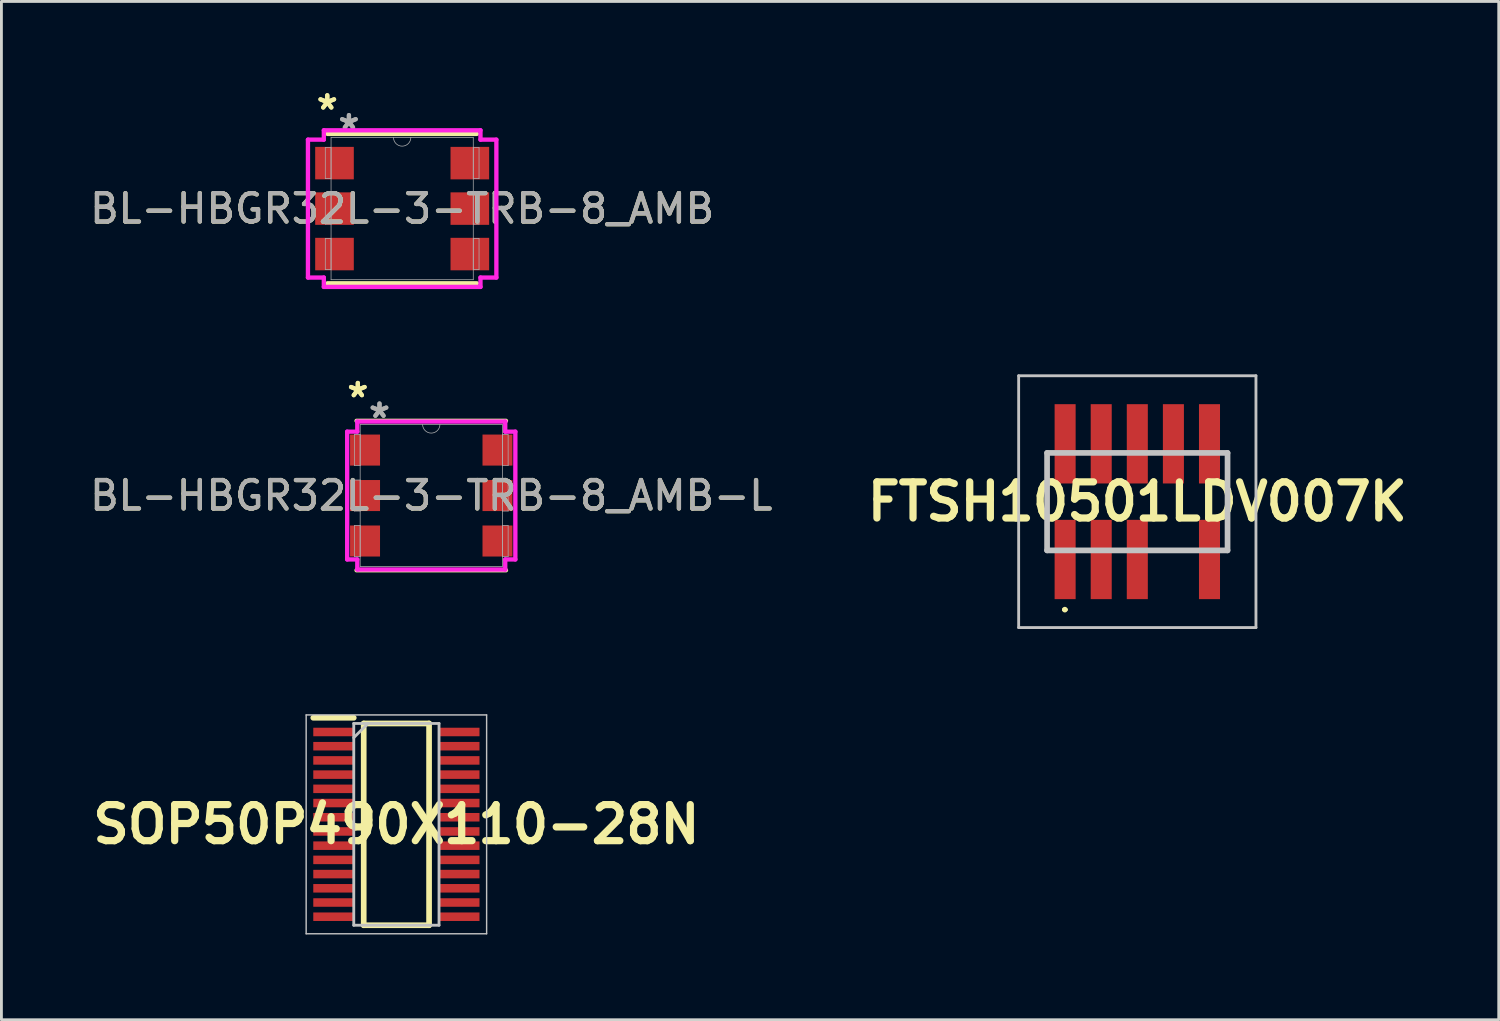
<source format=kicad_pcb>
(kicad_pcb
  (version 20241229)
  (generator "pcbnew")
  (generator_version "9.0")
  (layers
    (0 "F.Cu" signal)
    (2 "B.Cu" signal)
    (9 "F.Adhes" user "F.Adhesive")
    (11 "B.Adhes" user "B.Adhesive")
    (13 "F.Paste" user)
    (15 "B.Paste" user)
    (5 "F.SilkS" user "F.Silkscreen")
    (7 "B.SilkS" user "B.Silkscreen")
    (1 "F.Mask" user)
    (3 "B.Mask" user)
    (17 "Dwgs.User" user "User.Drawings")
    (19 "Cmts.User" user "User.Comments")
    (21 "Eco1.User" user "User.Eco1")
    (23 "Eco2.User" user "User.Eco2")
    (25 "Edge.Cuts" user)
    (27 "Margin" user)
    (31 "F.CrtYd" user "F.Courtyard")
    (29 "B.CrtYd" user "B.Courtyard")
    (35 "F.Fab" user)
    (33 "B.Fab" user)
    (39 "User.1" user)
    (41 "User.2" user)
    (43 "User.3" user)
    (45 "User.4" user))
  (footprint "BL-HBGR32L-3-TRB-8_AMB"
    (layer "F.Cu")
    (at 11.101 4.29)
    (property "Reference" "BL-HBGR32L-3-TRB-8_AMB" (at 0 0 0) (unlocked yes) (layer "F.SilkS") (effects (font (size 1 1) (thickness 0.15))))
    (attr smd)
    (fp_line (start -2.629 2.629) (end 2.629 2.629) (stroke (width 0.152) (type solid)) (layer "F.SilkS"))
    (fp_line (start 2.629 -2.629) (end -2.629 -2.629) (stroke (width 0.152) (type solid)) (layer "F.SilkS"))
    (fp_line (start -3.315 -2.426) (end -2.756 -2.426) (stroke (width 0.152) (type solid)) (layer "F.CrtYd"))
    (fp_line (start -3.315 2.426) (end -3.315 -2.426) (stroke (width 0.152) (type solid)) (layer "F.CrtYd"))
    (fp_line (start -3.315 2.426) (end -2.756 2.426) (stroke (width 0.152) (type solid)) (layer "F.CrtYd"))
    (fp_line (start -2.756 -2.756) (end 2.756 -2.756) (stroke (width 0.152) (type solid)) (layer "F.CrtYd"))
    (fp_line (start -2.756 -2.426) (end -2.756 -2.756) (stroke (width 0.152) (type solid)) (layer "F.CrtYd"))
    (fp_line (start -2.756 2.756) (end -2.756 2.426) (stroke (width 0.152) (type solid)) (layer "F.CrtYd"))
    (fp_line (start 2.756 -2.756) (end 2.756 -2.426) (stroke (width 0.152) (type solid)) (layer "F.CrtYd"))
    (fp_line (start 2.756 2.426) (end 2.756 2.756) (stroke (width 0.152) (type solid)) (layer "F.CrtYd"))
    (fp_line (start 2.756 2.756) (end -2.756 2.756) (stroke (width 0.152) (type solid)) (layer "F.CrtYd"))
    (fp_line (start 3.315 -2.426) (end 2.756 -2.426) (stroke (width 0.152) (type solid)) (layer "F.CrtYd"))
    (fp_line (start 3.315 -2.426) (end 3.315 2.426) (stroke (width 0.152) (type solid)) (layer "F.CrtYd"))
    (fp_line (start 3.315 2.426) (end 2.756 2.426) (stroke (width 0.152) (type solid)) (layer "F.CrtYd"))
    (fp_line (start -2.705 -2.146) (end -2.705 -1.054) (stroke (width 0.025) (type solid)) (layer "F.Fab"))
    (fp_line (start -2.705 -1.054) (end -2.502 -1.054) (stroke (width 0.025) (type solid)) (layer "F.Fab"))
    (fp_line (start -2.705 -0.546) (end -2.705 0.546) (stroke (width 0.025) (type solid)) (layer "F.Fab"))
    (fp_line (start -2.705 0.546) (end -2.502 0.546) (stroke (width 0.025) (type solid)) (layer "F.Fab"))
    (fp_line (start -2.705 1.054) (end -2.705 2.146) (stroke (width 0.025) (type solid)) (layer "F.Fab"))
    (fp_line (start -2.705 2.146) (end -2.502 2.146) (stroke (width 0.025) (type solid)) (layer "F.Fab"))
    (fp_line (start -2.502 -2.502) (end -2.502 2.502) (stroke (width 0.025) (type solid)) (layer "F.Fab"))
    (fp_line (start -2.502 -2.146) (end -2.705 -2.146) (stroke (width 0.025) (type solid)) (layer "F.Fab"))
    (fp_line (start -2.502 -1.054) (end -2.502 -2.146) (stroke (width 0.025) (type solid)) (layer "F.Fab"))
    (fp_line (start -2.502 -0.546) (end -2.705 -0.546) (stroke (width 0.025) (type solid)) (layer "F.Fab"))
    (fp_line (start -2.502 0.546) (end -2.502 -0.546) (stroke (width 0.025) (type solid)) (layer "F.Fab"))
    (fp_line (start -2.502 1.054) (end -2.705 1.054) (stroke (width 0.025) (type solid)) (layer "F.Fab"))
    (fp_line (start -2.502 2.146) (end -2.502 1.054) (stroke (width 0.025) (type solid)) (layer "F.Fab"))
    (fp_line (start -2.502 2.502) (end 2.502 2.502) (stroke (width 0.025) (type solid)) (layer "F.Fab"))
    (fp_line (start 2.502 -2.502) (end -2.502 -2.502) (stroke (width 0.025) (type solid)) (layer "F.Fab"))
    (fp_line (start 2.502 -2.146) (end 2.502 -1.054) (stroke (width 0.025) (type solid)) (layer "F.Fab"))
    (fp_line (start 2.502 -1.054) (end 2.705 -1.054) (stroke (width 0.025) (type solid)) (layer "F.Fab"))
    (fp_line (start 2.502 -0.546) (end 2.502 0.546) (stroke (width 0.025) (type solid)) (layer "F.Fab"))
    (fp_line (start 2.502 0.546) (end 2.705 0.546) (stroke (width 0.025) (type solid)) (layer "F.Fab"))
    (fp_line (start 2.502 1.054) (end 2.502 2.146) (stroke (width 0.025) (type solid)) (layer "F.Fab"))
    (fp_line (start 2.502 2.146) (end 2.705 2.146) (stroke (width 0.025) (type solid)) (layer "F.Fab"))
    (fp_line (start 2.502 2.502) (end 2.502 -2.502) (stroke (width 0.025) (type solid)) (layer "F.Fab"))
    (fp_line (start 2.705 -2.146) (end 2.502 -2.146) (stroke (width 0.025) (type solid)) (layer "F.Fab"))
    (fp_line (start 2.705 -1.054) (end 2.705 -2.146) (stroke (width 0.025) (type solid)) (layer "F.Fab"))
    (fp_line (start 2.705 -0.546) (end 2.502 -0.546) (stroke (width 0.025) (type solid)) (layer "F.Fab"))
    (fp_line (start 2.705 0.546) (end 2.705 -0.546) (stroke (width 0.025) (type solid)) (layer "F.Fab"))
    (fp_line (start 2.705 1.054) (end 2.502 1.054) (stroke (width 0.025) (type solid)) (layer "F.Fab"))
    (fp_line (start 2.705 2.146) (end 2.705 1.054) (stroke (width 0.025) (type solid)) (layer "F.Fab"))
    (fp_arc (start 0.3048 -2.5019) (mid 0 -2.1971) (end -0.3048 -2.5019) (stroke (width 0.0254) (type solid)) (layer "F.Fab"))
    (fp_text user "*" (at -2.635 -3.442 0) (unlocked yes) (layer "F.SilkS") (effects (font (size 1 1) (thickness 0.15))))
    (fp_text user "*" (at -2.635 -3.442 0) (layer "F.SilkS") (effects (font (size 1 1) (thickness 0.15))))
    (fp_text user "*" (at -1.873 -2.743 0) (unlocked yes) (layer "F.Fab") (effects (font (size 1 1) (thickness 0.15))))
    (fp_text user "*" (at -1.873 -2.743 0) (layer "F.Fab") (effects (font (size 1 1) (thickness 0.15))))
    (fp_text user "${REFERENCE}" (at 0 0 0) (unlocked yes) (layer "F.Fab") (effects (font (size 1 1) (thickness 0.15))))
    (pad "1" smd rect (at -2.381 -1.6) (size 1.359 1.143) (layers "F.Cu" "F.Mask" "F.Paste"))
    (pad "2" smd rect (at -2.381 0) (size 1.359 1.143) (layers "F.Cu" "F.Mask" "F.Paste"))
    (pad "3" smd rect (at -2.381 1.6) (size 1.359 1.143) (layers "F.Cu" "F.Mask" "F.Paste"))
    (pad "4" smd rect (at 2.381 1.6) (size 1.359 1.143) (layers "F.Cu" "F.Mask" "F.Paste"))
    (pad "5" smd rect (at 2.381 0) (size 1.359 1.143) (layers "F.Cu" "F.Mask" "F.Paste"))
    (pad "6" smd rect (at 2.381 -1.6) (size 1.359 1.143) (layers "F.Cu" "F.Mask" "F.Paste")))
  (footprint "FTSH10501LDV007K"
    (layer "F.Cu")
    (at 36.969 14.602)
    (property "Reference" "FTSH10501LDV007K" (at 0 0 0) (layer "F.SilkS") (effects (font (size 1.27 1.27) (thickness 0.254))))
    (attr smd)
    (fp_line (start -3.175 -1.715) (end -3.175 1.715) (stroke (width 0.1) (type solid)) (layer "F.SilkS"))
    (fp_line (start -2.6 3.8) (end -2.6 3.8) (stroke (width 0.1) (type solid)) (layer "F.SilkS"))
    (fp_line (start -2.5 3.8) (end -2.5 3.8) (stroke (width 0.1) (type solid)) (layer "F.SilkS"))
    (fp_line (start 3.175 -1.715) (end 3.175 1.715) (stroke (width 0.1) (type solid)) (layer "F.SilkS"))
    (fp_arc (start -2.6 3.8) (mid -2.55 3.75) (end -2.5 3.8) (stroke (width 0.1) (type solid)) (layer "F.SilkS"))
    (fp_arc (start -2.5 3.8) (mid -2.55 3.85) (end -2.6 3.8) (stroke (width 0.1) (type solid)) (layer "F.SilkS"))
    (fp_line (start -4.175 -4.43) (end 4.175 -4.43) (stroke (width 0.1) (type solid)) (layer "Dwgs.User"))
    (fp_line (start -4.175 4.43) (end -4.175 -4.43) (stroke (width 0.1) (type solid)) (layer "Dwgs.User"))
    (fp_line (start -3.175 -1.715) (end 3.175 -1.715) (stroke (width 0.2) (type solid)) (layer "Dwgs.User"))
    (fp_line (start -3.175 1.715) (end -3.175 -1.715) (stroke (width 0.2) (type solid)) (layer "Dwgs.User"))
    (fp_line (start 3.175 -1.715) (end 3.175 1.715) (stroke (width 0.2) (type solid)) (layer "Dwgs.User"))
    (fp_line (start 3.175 1.715) (end -3.175 1.715) (stroke (width 0.2) (type solid)) (layer "Dwgs.User"))
    (fp_line (start 4.175 -4.43) (end 4.175 4.43) (stroke (width 0.1) (type solid)) (layer "Dwgs.User"))
    (fp_line (start 4.175 4.43) (end -4.175 4.43) (stroke (width 0.1) (type solid)) (layer "Dwgs.User"))
    (pad "1" smd rect (at -2.54 2.035) (size 0.74 2.79) (layers "F.Cu" "F.Mask" "F.Paste"))
    (pad "2" smd rect (at -2.54 -2.035) (size 0.74 2.79) (layers "F.Cu" "F.Mask" "F.Paste"))
    (pad "3" smd rect (at -1.27 2.035) (size 0.74 2.79) (layers "F.Cu" "F.Mask" "F.Paste"))
    (pad "4" smd rect (at -1.27 -2.035) (size 0.74 2.79) (layers "F.Cu" "F.Mask" "F.Paste"))
    (pad "5" smd rect (at 0 2.035) (size 0.74 2.79) (layers "F.Cu" "F.Mask" "F.Paste"))
    (pad "6" smd rect (at 0 -2.035) (size 0.74 2.79) (layers "F.Cu" "F.Mask" "F.Paste"))
    (pad "8" smd rect (at 1.27 -2.035) (size 0.74 2.79) (layers "F.Cu" "F.Mask" "F.Paste"))
    (pad "9" smd rect (at 2.54 2.035) (size 0.74 2.79) (layers "F.Cu" "F.Mask" "F.Paste"))
    (pad "10" smd rect (at 2.54 -2.035) (size 0.74 2.79) (layers "F.Cu" "F.Mask" "F.Paste")))
  (footprint "SOP50P490X110-28N"
    (layer "F.Cu")
    (at 10.898 25.957)
    (property "Reference" "SOP50P490X110-28N" (at 0 0 0) (layer "F.SilkS") (effects (font (size 1.27 1.27) (thickness 0.254))))
    (attr smd)
    (fp_line (start -2.925 -3.75) (end -1.5 -3.75) (stroke (width 0.2) (type solid)) (layer "F.SilkS"))
    (fp_line (start -1.15 -3.55) (end 1.15 -3.55) (stroke (width 0.2) (type solid)) (layer "F.SilkS"))
    (fp_line (start -1.15 3.55) (end -1.15 -3.55) (stroke (width 0.2) (type solid)) (layer "F.SilkS"))
    (fp_line (start 1.15 -3.55) (end 1.15 3.55) (stroke (width 0.2) (type solid)) (layer "F.SilkS"))
    (fp_line (start 1.15 3.55) (end -1.15 3.55) (stroke (width 0.2) (type solid)) (layer "F.SilkS"))
    (fp_line (start -3.175 -3.85) (end 3.175 -3.85) (stroke (width 0.05) (type solid)) (layer "Dwgs.User"))
    (fp_line (start -3.175 3.85) (end -3.175 -3.85) (stroke (width 0.05) (type solid)) (layer "Dwgs.User"))
    (fp_line (start -1.5 -3.55) (end 1.5 -3.55) (stroke (width 0.1) (type solid)) (layer "Dwgs.User"))
    (fp_line (start -1.5 -3.05) (end -1 -3.55) (stroke (width 0.1) (type solid)) (layer "Dwgs.User"))
    (fp_line (start -1.5 3.55) (end -1.5 -3.55) (stroke (width 0.1) (type solid)) (layer "Dwgs.User"))
    (fp_line (start 1.5 -3.55) (end 1.5 3.55) (stroke (width 0.1) (type solid)) (layer "Dwgs.User"))
    (fp_line (start 1.5 3.55) (end -1.5 3.55) (stroke (width 0.1) (type solid)) (layer "Dwgs.User"))
    (fp_line (start 3.175 -3.85) (end 3.175 3.85) (stroke (width 0.05) (type solid)) (layer "Dwgs.User"))
    (fp_line (start 3.175 3.85) (end -3.175 3.85) (stroke (width 0.05) (type solid)) (layer "Dwgs.User"))
    (pad "1" smd rect (at -2.212 -3.25 90) (size 0.3 1.425) (layers "F.Cu" "F.Mask" "F.Paste"))
    (pad "2" smd rect (at -2.212 -2.75 90) (size 0.3 1.425) (layers "F.Cu" "F.Mask" "F.Paste"))
    (pad "3" smd rect (at -2.212 -2.25 90) (size 0.3 1.425) (layers "F.Cu" "F.Mask" "F.Paste"))
    (pad "4" smd rect (at -2.212 -1.75 90) (size 0.3 1.425) (layers "F.Cu" "F.Mask" "F.Paste"))
    (pad "5" smd rect (at -2.212 -1.25 90) (size 0.3 1.425) (layers "F.Cu" "F.Mask" "F.Paste"))
    (pad "6" smd rect (at -2.212 -0.75 90) (size 0.3 1.425) (layers "F.Cu" "F.Mask" "F.Paste"))
    (pad "7" smd rect (at -2.212 -0.25 90) (size 0.3 1.425) (layers "F.Cu" "F.Mask" "F.Paste"))
    (pad "8" smd rect (at -2.212 0.25 90) (size 0.3 1.425) (layers "F.Cu" "F.Mask" "F.Paste"))
    (pad "9" smd rect (at -2.212 0.75 90) (size 0.3 1.425) (layers "F.Cu" "F.Mask" "F.Paste"))
    (pad "10" smd rect (at -2.212 1.25 90) (size 0.3 1.425) (layers "F.Cu" "F.Mask" "F.Paste"))
    (pad "11" smd rect (at -2.212 1.75 90) (size 0.3 1.425) (layers "F.Cu" "F.Mask" "F.Paste"))
    (pad "12" smd rect (at -2.212 2.25 90) (size 0.3 1.425) (layers "F.Cu" "F.Mask" "F.Paste"))
    (pad "13" smd rect (at -2.212 2.75 90) (size 0.3 1.425) (layers "F.Cu" "F.Mask" "F.Paste"))
    (pad "14" smd rect (at -2.212 3.25 90) (size 0.3 1.425) (layers "F.Cu" "F.Mask" "F.Paste"))
    (pad "15" smd rect (at 2.212 3.25 90) (size 0.3 1.425) (layers "F.Cu" "F.Mask" "F.Paste"))
    (pad "16" smd rect (at 2.212 2.75 90) (size 0.3 1.425) (layers "F.Cu" "F.Mask" "F.Paste"))
    (pad "17" smd rect (at 2.212 2.25 90) (size 0.3 1.425) (layers "F.Cu" "F.Mask" "F.Paste"))
    (pad "18" smd rect (at 2.212 1.75 90) (size 0.3 1.425) (layers "F.Cu" "F.Mask" "F.Paste"))
    (pad "19" smd rect (at 2.212 1.25 90) (size 0.3 1.425) (layers "F.Cu" "F.Mask" "F.Paste"))
    (pad "20" smd rect (at 2.212 0.75 90) (size 0.3 1.425) (layers "F.Cu" "F.Mask" "F.Paste"))
    (pad "21" smd rect (at 2.212 0.25 90) (size 0.3 1.425) (layers "F.Cu" "F.Mask" "F.Paste"))
    (pad "22" smd rect (at 2.212 -0.25 90) (size 0.3 1.425) (layers "F.Cu" "F.Mask" "F.Paste"))
    (pad "23" smd rect (at 2.212 -0.75 90) (size 0.3 1.425) (layers "F.Cu" "F.Mask" "F.Paste"))
    (pad "24" smd rect (at 2.212 -1.25 90) (size 0.3 1.425) (layers "F.Cu" "F.Mask" "F.Paste"))
    (pad "25" smd rect (at 2.212 -1.75 90) (size 0.3 1.425) (layers "F.Cu" "F.Mask" "F.Paste"))
    (pad "26" smd rect (at 2.212 -2.25 90) (size 0.3 1.425) (layers "F.Cu" "F.Mask" "F.Paste"))
    (pad "27" smd rect (at 2.212 -2.75 90) (size 0.3 1.425) (layers "F.Cu" "F.Mask" "F.Paste"))
    (pad "28" smd rect (at 2.212 -3.25 90) (size 0.3 1.425) (layers "F.Cu" "F.Mask" "F.Paste")))
  (footprint "BL-HBGR32L-3-TRB-8_AMB-L"
    (layer "F.Cu")
    (at 12.125 14.387)
    (property "Reference" "BL-HBGR32L-3-TRB-8_AMB-L" (at 0 0 0) (unlocked yes) (layer "F.SilkS") (effects (font (size 1 1) (thickness 0.15))))
    (attr smd)
    (fp_line (start -2.629 2.629) (end 2.629 2.629) (stroke (width 0.152) (type solid)) (layer "F.SilkS"))
    (fp_line (start 2.629 -2.629) (end -2.629 -2.629) (stroke (width 0.152) (type solid)) (layer "F.SilkS"))
    (fp_line (start -2.959 -2.248) (end -2.603 -2.248) (stroke (width 0.152) (type solid)) (layer "F.CrtYd"))
    (fp_line (start -2.959 2.248) (end -2.959 -2.248) (stroke (width 0.152) (type solid)) (layer "F.CrtYd"))
    (fp_line (start -2.959 2.248) (end -2.603 2.248) (stroke (width 0.152) (type solid)) (layer "F.CrtYd"))
    (fp_line (start -2.603 -2.603) (end 2.603 -2.603) (stroke (width 0.152) (type solid)) (layer "F.CrtYd"))
    (fp_line (start -2.603 -2.248) (end -2.603 -2.603) (stroke (width 0.152) (type solid)) (layer "F.CrtYd"))
    (fp_line (start -2.603 2.603) (end -2.603 2.248) (stroke (width 0.152) (type solid)) (layer "F.CrtYd"))
    (fp_line (start 2.603 -2.603) (end 2.603 -2.248) (stroke (width 0.152) (type solid)) (layer "F.CrtYd"))
    (fp_line (start 2.603 2.248) (end 2.603 2.603) (stroke (width 0.152) (type solid)) (layer "F.CrtYd"))
    (fp_line (start 2.603 2.603) (end -2.603 2.603) (stroke (width 0.152) (type solid)) (layer "F.CrtYd"))
    (fp_line (start 2.959 -2.248) (end 2.603 -2.248) (stroke (width 0.152) (type solid)) (layer "F.CrtYd"))
    (fp_line (start 2.959 -2.248) (end 2.959 2.248) (stroke (width 0.152) (type solid)) (layer "F.CrtYd"))
    (fp_line (start 2.959 2.248) (end 2.603 2.248) (stroke (width 0.152) (type solid)) (layer "F.CrtYd"))
    (fp_line (start -2.705 -2.146) (end -2.705 -1.054) (stroke (width 0.025) (type solid)) (layer "F.Fab"))
    (fp_line (start -2.705 -1.054) (end -2.502 -1.054) (stroke (width 0.025) (type solid)) (layer "F.Fab"))
    (fp_line (start -2.705 -0.546) (end -2.705 0.546) (stroke (width 0.025) (type solid)) (layer "F.Fab"))
    (fp_line (start -2.705 0.546) (end -2.502 0.546) (stroke (width 0.025) (type solid)) (layer "F.Fab"))
    (fp_line (start -2.705 1.054) (end -2.705 2.146) (stroke (width 0.025) (type solid)) (layer "F.Fab"))
    (fp_line (start -2.705 2.146) (end -2.502 2.146) (stroke (width 0.025) (type solid)) (layer "F.Fab"))
    (fp_line (start -2.502 -2.502) (end -2.502 2.502) (stroke (width 0.025) (type solid)) (layer "F.Fab"))
    (fp_line (start -2.502 -2.146) (end -2.705 -2.146) (stroke (width 0.025) (type solid)) (layer "F.Fab"))
    (fp_line (start -2.502 -1.054) (end -2.502 -2.146) (stroke (width 0.025) (type solid)) (layer "F.Fab"))
    (fp_line (start -2.502 -0.546) (end -2.705 -0.546) (stroke (width 0.025) (type solid)) (layer "F.Fab"))
    (fp_line (start -2.502 0.546) (end -2.502 -0.546) (stroke (width 0.025) (type solid)) (layer "F.Fab"))
    (fp_line (start -2.502 1.054) (end -2.705 1.054) (stroke (width 0.025) (type solid)) (layer "F.Fab"))
    (fp_line (start -2.502 2.146) (end -2.502 1.054) (stroke (width 0.025) (type solid)) (layer "F.Fab"))
    (fp_line (start -2.502 2.502) (end 2.502 2.502) (stroke (width 0.025) (type solid)) (layer "F.Fab"))
    (fp_line (start 2.502 -2.502) (end -2.502 -2.502) (stroke (width 0.025) (type solid)) (layer "F.Fab"))
    (fp_line (start 2.502 -2.146) (end 2.502 -1.054) (stroke (width 0.025) (type solid)) (layer "F.Fab"))
    (fp_line (start 2.502 -1.054) (end 2.705 -1.054) (stroke (width 0.025) (type solid)) (layer "F.Fab"))
    (fp_line (start 2.502 -0.546) (end 2.502 0.546) (stroke (width 0.025) (type solid)) (layer "F.Fab"))
    (fp_line (start 2.502 0.546) (end 2.705 0.546) (stroke (width 0.025) (type solid)) (layer "F.Fab"))
    (fp_line (start 2.502 1.054) (end 2.502 2.146) (stroke (width 0.025) (type solid)) (layer "F.Fab"))
    (fp_line (start 2.502 2.146) (end 2.705 2.146) (stroke (width 0.025) (type solid)) (layer "F.Fab"))
    (fp_line (start 2.502 2.502) (end 2.502 -2.502) (stroke (width 0.025) (type solid)) (layer "F.Fab"))
    (fp_line (start 2.705 -2.146) (end 2.502 -2.146) (stroke (width 0.025) (type solid)) (layer "F.Fab"))
    (fp_line (start 2.705 -1.054) (end 2.705 -2.146) (stroke (width 0.025) (type solid)) (layer "F.Fab"))
    (fp_line (start 2.705 -0.546) (end 2.502 -0.546) (stroke (width 0.025) (type solid)) (layer "F.Fab"))
    (fp_line (start 2.705 0.546) (end 2.705 -0.546) (stroke (width 0.025) (type solid)) (layer "F.Fab"))
    (fp_line (start 2.705 1.054) (end 2.502 1.054) (stroke (width 0.025) (type solid)) (layer "F.Fab"))
    (fp_line (start 2.705 2.146) (end 2.705 1.054) (stroke (width 0.025) (type solid)) (layer "F.Fab"))
    (fp_arc (start 0.3048 -2.5019) (mid 0 -2.1971) (end -0.3048 -2.5019) (stroke (width 0.0254) (type solid)) (layer "F.Fab"))
    (fp_text user "*" (at -2.584 -3.416 0) (layer "F.SilkS") (effects (font (size 1 1) (thickness 0.15))))
    (fp_text user "*" (at -2.584 -3.416 0) (unlocked yes) (layer "F.SilkS") (effects (font (size 1 1) (thickness 0.15))))
    (fp_text user "*" (at -1.822 -2.692 0) (layer "F.Fab") (effects (font (size 1 1) (thickness 0.15))))
    (fp_text user "${REFERENCE}" (at 0 0 0) (unlocked yes) (layer "F.Fab") (effects (font (size 1 1) (thickness 0.15))))
    (fp_text user "*" (at -1.822 -2.692 0) (unlocked yes) (layer "F.Fab") (effects (font (size 1 1) (thickness 0.15))))
    (pad "1" smd rect (at -2.33 -1.6) (size 1.054 1.092) (layers "F.Cu" "F.Mask" "F.Paste"))
    (pad "2" smd rect (at -2.33 0) (size 1.054 1.092) (layers "F.Cu" "F.Mask" "F.Paste"))
    (pad "3" smd rect (at -2.33 1.6) (size 1.054 1.092) (layers "F.Cu" "F.Mask" "F.Paste"))
    (pad "4" smd rect (at 2.33 1.6) (size 1.054 1.092) (layers "F.Cu" "F.Mask" "F.Paste"))
    (pad "5" smd rect (at 2.33 0) (size 1.054 1.092) (layers "F.Cu" "F.Mask" "F.Paste"))
    (pad "6" smd rect (at 2.33 -1.6) (size 1.054 1.092) (layers "F.Cu" "F.Mask" "F.Paste")))
  (gr_rect
    (start -3 -3)
    (end 49.687 32.832)
    (stroke (width 0.1) (type default))
    (fill no)
    (layer "Edge.Cuts")))
</source>
